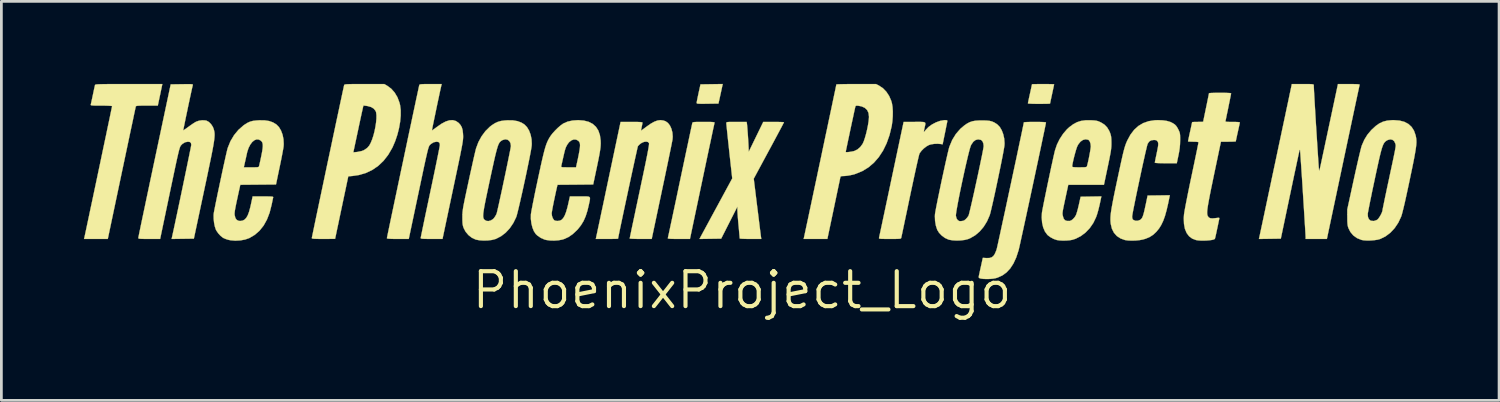
<source format=kicad_pcb>
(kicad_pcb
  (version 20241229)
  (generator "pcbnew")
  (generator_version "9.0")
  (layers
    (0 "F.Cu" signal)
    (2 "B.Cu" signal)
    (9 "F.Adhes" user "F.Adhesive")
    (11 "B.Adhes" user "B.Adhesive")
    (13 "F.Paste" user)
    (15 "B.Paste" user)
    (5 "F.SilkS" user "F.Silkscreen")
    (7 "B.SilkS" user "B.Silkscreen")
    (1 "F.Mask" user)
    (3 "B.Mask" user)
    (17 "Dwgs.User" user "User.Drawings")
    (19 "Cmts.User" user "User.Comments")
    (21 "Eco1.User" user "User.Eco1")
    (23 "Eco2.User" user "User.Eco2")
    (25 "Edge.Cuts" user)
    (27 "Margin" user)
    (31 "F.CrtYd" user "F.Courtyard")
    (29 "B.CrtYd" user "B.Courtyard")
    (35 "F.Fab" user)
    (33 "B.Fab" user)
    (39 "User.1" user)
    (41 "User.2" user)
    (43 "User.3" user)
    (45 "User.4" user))
  (footprint "PhoenixProject_Logo"
    (layer "F.Cu")
    (at 23.928 7.499)
    (property "Reference" "PhoenixProject_Logo" (at 0 0 0) (layer "F.SilkS") (effects (font (size 1.27 1.27) (thickness 0.15))))
    (attr through_hole)
    (fp_poly (pts (xy -0.752 -7.266) (xy -0.776 -7.156) (xy -0.8 -7.047) (xy -0.82 -6.953) (xy -0.83 -6.911) (xy -0.858 -6.784) (xy -1.255 -6.778) (xy -1.393 -6.776) (xy -1.496 -6.776) (xy -1.567 -6.778) (xy -1.612 -6.781) (xy -1.637 -6.788) (xy -1.648 -6.798) (xy -1.651 -6.81) (xy -1.646 -6.843) (xy -1.634 -6.909) (xy -1.616 -7) (xy -1.593 -7.108) (xy -1.581 -7.165) (xy -1.511 -7.482) (xy -1.107 -7.488) (xy -0.703 -7.494) (xy -0.752 -7.266)) (stroke (width 0.01) (type solid)) (fill yes) (layer "F.SilkS"))
    (fp_poly (pts (xy 11.068 -7.493) (xy 11.178 -7.491) (xy 11.265 -7.489) (xy 11.323 -7.487) (xy 11.345 -7.484) (xy 11.345 -7.484) (xy 11.341 -7.461) (xy 11.329 -7.404) (xy 11.311 -7.319) (xy 11.289 -7.215) (xy 11.271 -7.133) (xy 11.247 -7.019) (xy 11.225 -6.92) (xy 11.209 -6.843) (xy 11.199 -6.795) (xy 11.197 -6.783) (xy 11.177 -6.78) (xy 11.121 -6.777) (xy 11.036 -6.775) (xy 10.928 -6.774) (xy 10.803 -6.773) (xy 10.795 -6.773) (xy 10.67 -6.774) (xy 10.56 -6.776) (xy 10.474 -6.78) (xy 10.416 -6.784) (xy 10.393 -6.79) (xy 10.393 -6.79) (xy 10.397 -6.815) (xy 10.409 -6.875) (xy 10.427 -6.961) (xy 10.45 -7.066) (xy 10.467 -7.142) (xy 10.492 -7.255) (xy 10.513 -7.353) (xy 10.529 -7.429) (xy 10.539 -7.475) (xy 10.541 -7.485) (xy 10.561 -7.488) (xy 10.617 -7.49) (xy 10.702 -7.491) (xy 10.81 -7.493) (xy 10.935 -7.493) (xy 10.943 -7.493) (xy 11.068 -7.493)) (stroke (width 0.01) (type solid)) (fill yes) (layer "F.SilkS"))
    (fp_poly (pts (xy -1.248 -6.117) (xy -1.14 -6.115) (xy -1.066 -6.111) (xy -1.021 -6.105) (xy -1.001 -6.097) (xy -0.999 -6.091) (xy -1.005 -6.067) (xy -1.018 -6.004) (xy -1.04 -5.906) (xy -1.068 -5.774) (xy -1.102 -5.613) (xy -1.142 -5.423) (xy -1.188 -5.21) (xy -1.238 -4.974) (xy -1.292 -4.72) (xy -1.349 -4.449) (xy -1.409 -4.165) (xy -1.451 -3.964) (xy -1.894 -1.863) (xy -2.301 -1.863) (xy -2.448 -1.863) (xy -2.556 -1.865) (xy -2.631 -1.869) (xy -2.677 -1.874) (xy -2.697 -1.882) (xy -2.699 -1.889) (xy -2.693 -1.913) (xy -2.68 -1.976) (xy -2.658 -2.074) (xy -2.63 -2.205) (xy -2.596 -2.367) (xy -2.555 -2.556) (xy -2.51 -2.769) (xy -2.46 -3.004) (xy -2.406 -3.257) (xy -2.349 -3.527) (xy -2.29 -3.81) (xy -2.254 -3.979) (xy -2.193 -4.269) (xy -2.134 -4.547) (xy -2.078 -4.811) (xy -2.026 -5.058) (xy -1.977 -5.285) (xy -1.934 -5.489) (xy -1.896 -5.668) (xy -1.864 -5.818) (xy -1.838 -5.937) (xy -1.82 -6.022) (xy -1.809 -6.07) (xy -1.807 -6.08) (xy -1.8 -6.093) (xy -1.784 -6.103) (xy -1.752 -6.109) (xy -1.7 -6.114) (xy -1.621 -6.116) (xy -1.51 -6.117) (xy -1.393 -6.117) (xy -1.248 -6.117)) (stroke (width 0.01) (type solid)) (fill yes) (layer "F.SilkS"))
    (fp_poly (pts (xy 0.178 -6.048) (xy 0.183 -6.003) (xy 0.19 -5.924) (xy 0.198 -5.82) (xy 0.207 -5.699) (xy 0.216 -5.57) (xy 0.224 -5.441) (xy 0.231 -5.32) (xy 0.236 -5.217) (xy 0.239 -5.156) (xy 0.243 -5.031) (xy 0.507 -5.574) (xy 0.771 -6.117) (xy 1.147 -6.117) (xy 1.268 -6.116) (xy 1.373 -6.114) (xy 1.455 -6.111) (xy 1.508 -6.108) (xy 1.524 -6.104) (xy 1.514 -6.083) (xy 1.486 -6.029) (xy 1.442 -5.944) (xy 1.382 -5.832) (xy 1.31 -5.697) (xy 1.227 -5.542) (xy 1.135 -5.37) (xy 1.035 -5.184) (xy 0.974 -5.072) (xy 0.425 -4.053) (xy 0.55 -3.037) (xy 0.576 -2.832) (xy 0.6 -2.637) (xy 0.622 -2.457) (xy 0.642 -2.297) (xy 0.659 -2.161) (xy 0.673 -2.054) (xy 0.682 -1.979) (xy 0.687 -1.942) (xy 0.687 -1.942) (xy 0.699 -1.863) (xy 0.307 -1.863) (xy 0.184 -1.863) (xy 0.076 -1.866) (xy -0.009 -1.869) (xy -0.065 -1.874) (xy -0.085 -1.879) (xy -0.087 -1.903) (xy -0.092 -1.964) (xy -0.1 -2.054) (xy -0.11 -2.167) (xy -0.122 -2.297) (xy -0.127 -2.349) (xy -0.14 -2.492) (xy -0.151 -2.628) (xy -0.16 -2.748) (xy -0.166 -2.845) (xy -0.169 -2.911) (xy -0.169 -2.921) (xy -0.169 -3.037) (xy -0.464 -2.455) (xy -0.759 -1.873) (xy -1.547 -1.862) (xy -1.522 -1.91) (xy -1.508 -1.937) (xy -1.475 -1.998) (xy -1.426 -2.089) (xy -1.362 -2.207) (xy -1.286 -2.347) (xy -1.199 -2.508) (xy -1.104 -2.685) (xy -1.001 -2.874) (xy -0.927 -3.01) (xy -0.357 -4.063) (xy -0.465 -5.042) (xy -0.486 -5.243) (xy -0.507 -5.432) (xy -0.525 -5.604) (xy -0.541 -5.756) (xy -0.554 -5.883) (xy -0.564 -5.981) (xy -0.57 -6.045) (xy -0.572 -6.07) (xy -0.571 -6.087) (xy -0.564 -6.099) (xy -0.545 -6.108) (xy -0.509 -6.113) (xy -0.449 -6.116) (xy -0.36 -6.117) (xy -0.236 -6.117) (xy -0.202 -6.117) (xy 0.167 -6.117) (xy 0.178 -6.048)) (stroke (width 0.01) (type solid)) (fill yes) (layer "F.SilkS"))
    (fp_poly (pts (xy 7.435 -6.179) (xy 7.46 -6.169) (xy 7.463 -6.144) (xy 7.459 -6.122) (xy 7.451 -6.083) (xy 7.436 -6.011) (xy 7.416 -5.912) (xy 7.393 -5.796) (xy 7.37 -5.683) (xy 7.292 -5.302) (xy 7.228 -5.313) (xy 7.109 -5.323) (xy 6.983 -5.318) (xy 6.867 -5.3) (xy 6.79 -5.275) (xy 6.698 -5.223) (xy 6.605 -5.15) (xy 6.523 -5.067) (xy 6.462 -4.986) (xy 6.448 -4.958) (xy 6.438 -4.925) (xy 6.42 -4.853) (xy 6.395 -4.747) (xy 6.364 -4.611) (xy 6.327 -4.447) (xy 6.286 -4.259) (xy 6.241 -4.051) (xy 6.193 -3.827) (xy 6.142 -3.589) (xy 6.106 -3.418) (xy 6.055 -3.175) (xy 6.007 -2.943) (xy 5.961 -2.726) (xy 5.919 -2.527) (xy 5.882 -2.35) (xy 5.85 -2.198) (xy 5.824 -2.074) (xy 5.804 -1.983) (xy 5.792 -1.927) (xy 5.789 -1.91) (xy 5.784 -1.894) (xy 5.774 -1.882) (xy 5.754 -1.873) (xy 5.717 -1.868) (xy 5.658 -1.865) (xy 5.572 -1.863) (xy 5.452 -1.863) (xy 5.373 -1.863) (xy 5.233 -1.863) (xy 5.13 -1.864) (xy 5.058 -1.866) (xy 5.013 -1.871) (xy 4.988 -1.877) (xy 4.978 -1.887) (xy 4.979 -1.9) (xy 4.979 -1.9) (xy 4.985 -1.925) (xy 4.998 -1.989) (xy 5.02 -2.089) (xy 5.048 -2.222) (xy 5.083 -2.385) (xy 5.123 -2.575) (xy 5.169 -2.79) (xy 5.219 -3.026) (xy 5.273 -3.281) (xy 5.331 -3.552) (xy 5.391 -3.837) (xy 5.431 -4.027) (xy 5.874 -6.117) (xy 6.271 -6.117) (xy 6.413 -6.118) (xy 6.519 -6.117) (xy 6.592 -6.113) (xy 6.637 -6.101) (xy 6.66 -6.081) (xy 6.665 -6.047) (xy 6.657 -5.999) (xy 6.642 -5.932) (xy 6.636 -5.905) (xy 6.617 -5.818) (xy 6.609 -5.768) (xy 6.614 -5.753) (xy 6.633 -5.77) (xy 6.67 -5.816) (xy 6.681 -5.831) (xy 6.78 -5.933) (xy 6.908 -6.025) (xy 7.053 -6.101) (xy 7.203 -6.155) (xy 7.345 -6.18) (xy 7.378 -6.181) (xy 7.435 -6.179)) (stroke (width 0.01) (type solid)) (fill yes) (layer "F.SilkS"))
    (fp_poly (pts (xy 10.772 -6.116) (xy 10.881 -6.114) (xy 10.968 -6.11) (xy 11.026 -6.105) (xy 11.049 -6.099) (xy 11.049 -6.098) (xy 11.045 -6.071) (xy 11.032 -6.006) (xy 11.012 -5.906) (xy 10.985 -5.775) (xy 10.951 -5.615) (xy 10.912 -5.43) (xy 10.869 -5.223) (xy 10.821 -4.997) (xy 10.77 -4.756) (xy 10.716 -4.503) (xy 10.66 -4.241) (xy 10.603 -3.973) (xy 10.545 -3.703) (xy 10.487 -3.433) (xy 10.43 -3.168) (xy 10.374 -2.91) (xy 10.321 -2.663) (xy 10.27 -2.429) (xy 10.223 -2.212) (xy 10.18 -2.016) (xy 10.142 -1.843) (xy 10.11 -1.697) (xy 10.084 -1.581) (xy 10.065 -1.498) (xy 10.054 -1.452) (xy 10.053 -1.45) (xy 9.969 -1.192) (xy 9.868 -0.972) (xy 9.75 -0.79) (xy 9.614 -0.644) (xy 9.458 -0.532) (xy 9.283 -0.454) (xy 9.217 -0.435) (xy 9.126 -0.418) (xy 9.013 -0.408) (xy 8.892 -0.405) (xy 8.78 -0.409) (xy 8.689 -0.42) (xy 8.663 -0.426) (xy 8.617 -0.444) (xy 8.603 -0.469) (xy 8.607 -0.503) (xy 8.615 -0.544) (xy 8.631 -0.617) (xy 8.652 -0.714) (xy 8.676 -0.824) (xy 8.686 -0.868) (xy 8.753 -1.175) (xy 8.893 -1.167) (xy 8.994 -1.17) (xy 9.073 -1.193) (xy 9.136 -1.24) (xy 9.189 -1.318) (xy 9.237 -1.431) (xy 9.258 -1.492) (xy 9.265 -1.523) (xy 9.281 -1.591) (xy 9.304 -1.694) (xy 9.333 -1.828) (xy 9.369 -1.99) (xy 9.409 -2.177) (xy 9.454 -2.385) (xy 9.503 -2.611) (xy 9.556 -2.852) (xy 9.61 -3.105) (xy 9.666 -3.367) (xy 9.723 -3.633) (xy 9.781 -3.902) (xy 9.838 -4.17) (xy 9.894 -4.432) (xy 9.949 -4.687) (xy 10.001 -4.932) (xy 10.049 -5.161) (xy 10.094 -5.374) (xy 10.135 -5.565) (xy 10.17 -5.732) (xy 10.199 -5.873) (xy 10.222 -5.982) (xy 10.237 -6.058) (xy 10.244 -6.097) (xy 10.245 -6.101) (xy 10.265 -6.106) (xy 10.321 -6.11) (xy 10.406 -6.114) (xy 10.514 -6.116) (xy 10.638 -6.117) (xy 10.647 -6.117) (xy 10.772 -6.116)) (stroke (width 0.01) (type solid)) (fill yes) (layer "F.SilkS"))
    (fp_poly (pts (xy -21.086 -7.445) (xy -21.094 -7.409) (xy -21.108 -7.34) (xy -21.128 -7.245) (xy -21.151 -7.133) (xy -21.168 -7.054) (xy -21.241 -6.71) (xy -21.636 -6.71) (xy -21.775 -6.71) (xy -21.878 -6.708) (xy -21.95 -6.705) (xy -21.997 -6.701) (xy -22.024 -6.693) (xy -22.038 -6.683) (xy -22.042 -6.673) (xy -22.048 -6.648) (xy -22.062 -6.584) (xy -22.083 -6.484) (xy -22.112 -6.35) (xy -22.146 -6.185) (xy -22.187 -5.993) (xy -22.234 -5.774) (xy -22.285 -5.533) (xy -22.34 -5.271) (xy -22.399 -4.992) (xy -22.461 -4.698) (xy -22.526 -4.391) (xy -22.556 -4.249) (xy -23.059 -1.863) (xy -23.923 -1.863) (xy -23.911 -1.91) (xy -23.904 -1.942) (xy -23.889 -2.01) (xy -23.867 -2.113) (xy -23.838 -2.248) (xy -23.804 -2.41) (xy -23.764 -2.597) (xy -23.72 -2.806) (xy -23.672 -3.034) (xy -23.62 -3.276) (xy -23.566 -3.532) (xy -23.51 -3.796) (xy -23.453 -4.066) (xy -23.396 -4.338) (xy -23.338 -4.611) (xy -23.282 -4.879) (xy -23.227 -5.141) (xy -23.174 -5.393) (xy -23.123 -5.632) (xy -23.077 -5.855) (xy -23.034 -6.058) (xy -22.996 -6.238) (xy -22.964 -6.393) (xy -22.938 -6.519) (xy -22.918 -6.613) (xy -22.906 -6.671) (xy -22.902 -6.691) (xy -22.922 -6.697) (xy -22.978 -6.702) (xy -23.063 -6.706) (xy -23.171 -6.709) (xy -23.294 -6.71) (xy -23.295 -6.71) (xy -23.433 -6.71) (xy -23.535 -6.711) (xy -23.604 -6.714) (xy -23.648 -6.718) (xy -23.671 -6.725) (xy -23.679 -6.735) (xy -23.678 -6.747) (xy -23.67 -6.78) (xy -23.656 -6.846) (xy -23.636 -6.937) (xy -23.613 -7.045) (xy -23.601 -7.101) (xy -23.577 -7.215) (xy -23.556 -7.315) (xy -23.538 -7.394) (xy -23.527 -7.445) (xy -23.524 -7.456) (xy -23.52 -7.464) (xy -23.51 -7.47) (xy -23.49 -7.476) (xy -23.459 -7.481) (xy -23.411 -7.484) (xy -23.345 -7.487) (xy -23.257 -7.489) (xy -23.144 -7.491) (xy -23.002 -7.492) (xy -22.828 -7.493) (xy -22.62 -7.493) (xy -22.373 -7.493) (xy -22.295 -7.493) (xy -21.077 -7.493) (xy -21.086 -7.445)) (stroke (width 0.01) (type solid)) (fill yes) (layer "F.SilkS"))
    (fp_poly (pts (xy -13.73 -7.493) (xy -13.007 -7.493) (xy -12.901 -7.432) (xy -12.754 -7.324) (xy -12.629 -7.182) (xy -12.528 -7.012) (xy -12.455 -6.817) (xy -12.433 -6.729) (xy -12.41 -6.55) (xy -12.41 -6.344) (xy -12.431 -6.12) (xy -12.472 -5.886) (xy -12.532 -5.65) (xy -12.609 -5.421) (xy -12.701 -5.206) (xy -12.716 -5.175) (xy -12.864 -4.921) (xy -13.035 -4.702) (xy -13.229 -4.518) (xy -13.444 -4.37) (xy -13.68 -4.259) (xy -13.935 -4.185) (xy -14.159 -4.152) (xy -14.316 -4.138) (xy -14.555 -3.006) (xy -14.6 -2.793) (xy -14.642 -2.594) (xy -14.68 -2.41) (xy -14.715 -2.248) (xy -14.744 -2.109) (xy -14.767 -1.998) (xy -14.784 -1.919) (xy -14.793 -1.876) (xy -14.795 -1.868) (xy -14.815 -1.866) (xy -14.871 -1.865) (xy -14.957 -1.864) (xy -15.067 -1.863) (xy -15.193 -1.863) (xy -15.219 -1.863) (xy -15.366 -1.863) (xy -15.476 -1.865) (xy -15.554 -1.868) (xy -15.604 -1.873) (xy -15.632 -1.88) (xy -15.642 -1.89) (xy -15.642 -1.892) (xy -15.638 -1.916) (xy -15.625 -1.978) (xy -15.605 -2.075) (xy -15.578 -2.205) (xy -15.545 -2.365) (xy -15.506 -2.551) (xy -15.462 -2.761) (xy -15.413 -2.992) (xy -15.361 -3.241) (xy -15.305 -3.505) (xy -15.247 -3.781) (xy -15.187 -4.066) (xy -15.126 -4.357) (xy -15.064 -4.651) (xy -15.001 -4.945) (xy -14.987 -5.011) (xy -14.133 -5.011) (xy -13.993 -5.024) (xy -13.835 -5.056) (xy -13.739 -5.095) (xy -13.627 -5.172) (xy -13.554 -5.256) (xy -13.5 -5.354) (xy -13.449 -5.478) (xy -13.402 -5.621) (xy -13.362 -5.776) (xy -13.33 -5.936) (xy -13.306 -6.092) (xy -13.293 -6.237) (xy -13.292 -6.363) (xy -13.304 -6.463) (xy -13.322 -6.514) (xy -13.387 -6.597) (xy -13.484 -6.657) (xy -13.616 -6.694) (xy -13.621 -6.695) (xy -13.692 -6.705) (xy -13.744 -6.71) (xy -13.766 -6.709) (xy -13.772 -6.687) (xy -13.786 -6.628) (xy -13.806 -6.536) (xy -13.833 -6.416) (xy -13.864 -6.272) (xy -13.899 -6.109) (xy -13.937 -5.931) (xy -13.953 -5.855) (xy -14.133 -5.011) (xy -14.987 -5.011) (xy -14.939 -5.237) (xy -14.879 -5.523) (xy -14.82 -5.8) (xy -14.764 -6.066) (xy -14.71 -6.318) (xy -14.66 -6.552) (xy -14.615 -6.765) (xy -14.574 -6.956) (xy -14.539 -7.12) (xy -14.51 -7.255) (xy -14.487 -7.358) (xy -14.473 -7.426) (xy -14.466 -7.455) (xy -14.465 -7.456) (xy -14.46 -7.466) (xy -14.447 -7.474) (xy -14.423 -7.48) (xy -14.383 -7.485) (xy -14.324 -7.488) (xy -14.24 -7.491) (xy -14.129 -7.492) (xy -13.984 -7.493) (xy -13.804 -7.493) (xy -13.73 -7.493)) (stroke (width 0.01) (type solid)) (fill yes) (layer "F.SilkS"))
    (fp_poly (pts (xy 4.978 -7.438) (xy 5.12 -7.344) (xy 5.245 -7.215) (xy 5.348 -7.059) (xy 5.424 -6.883) (xy 5.45 -6.789) (xy 5.471 -6.658) (xy 5.481 -6.499) (xy 5.479 -6.325) (xy 5.466 -6.148) (xy 5.443 -5.981) (xy 5.44 -5.963) (xy 5.361 -5.637) (xy 5.255 -5.339) (xy 5.125 -5.072) (xy 4.97 -4.836) (xy 4.793 -4.633) (xy 4.593 -4.463) (xy 4.371 -4.328) (xy 4.13 -4.229) (xy 3.952 -4.182) (xy 3.857 -4.165) (xy 3.762 -4.153) (xy 3.687 -4.149) (xy 3.686 -4.149) (xy 3.623 -4.146) (xy 3.59 -4.136) (xy 3.575 -4.112) (xy 3.573 -4.101) (xy 3.566 -4.072) (xy 3.553 -4.005) (xy 3.532 -3.905) (xy 3.504 -3.775) (xy 3.472 -3.621) (xy 3.435 -3.445) (xy 3.394 -3.252) (xy 3.351 -3.045) (xy 3.333 -2.958) (xy 3.102 -1.863) (xy 2.239 -1.863) (xy 2.251 -1.91) (xy 2.257 -1.941) (xy 2.272 -2.01) (xy 2.294 -2.113) (xy 2.323 -2.248) (xy 2.358 -2.413) (xy 2.399 -2.603) (xy 2.444 -2.817) (xy 2.494 -3.051) (xy 2.547 -3.302) (xy 2.603 -3.568) (xy 2.662 -3.845) (xy 2.723 -4.131) (xy 2.784 -4.423) (xy 2.847 -4.717) (xy 2.909 -5.01) (xy 2.911 -5.023) (xy 3.768 -5.023) (xy 3.787 -5.017) (xy 3.835 -5.018) (xy 3.903 -5.025) (xy 3.978 -5.037) (xy 4.049 -5.051) (xy 4.082 -5.06) (xy 4.193 -5.114) (xy 4.295 -5.201) (xy 4.379 -5.313) (xy 4.387 -5.329) (xy 4.428 -5.42) (xy 4.469 -5.543) (xy 4.51 -5.687) (xy 4.547 -5.842) (xy 4.578 -5.998) (xy 4.601 -6.144) (xy 4.613 -6.269) (xy 4.614 -6.314) (xy 4.597 -6.445) (xy 4.547 -6.55) (xy 4.463 -6.629) (xy 4.347 -6.681) (xy 4.238 -6.703) (xy 4.174 -6.708) (xy 4.139 -6.703) (xy 4.123 -6.684) (xy 4.12 -6.675) (xy 4.113 -6.647) (xy 4.099 -6.584) (xy 4.078 -6.49) (xy 4.053 -6.373) (xy 4.024 -6.236) (xy 3.991 -6.086) (xy 3.957 -5.927) (xy 3.923 -5.767) (xy 3.89 -5.608) (xy 3.858 -5.459) (xy 3.829 -5.322) (xy 3.805 -5.205) (xy 3.785 -5.113) (xy 3.773 -5.05) (xy 3.768 -5.023) (xy 3.768 -5.023) (xy 2.911 -5.023) (xy 2.97 -5.301) (xy 3.03 -5.586) (xy 3.089 -5.861) (xy 3.144 -6.125) (xy 3.197 -6.374) (xy 3.246 -6.605) (xy 3.29 -6.815) (xy 3.329 -7.002) (xy 3.363 -7.162) (xy 3.391 -7.293) (xy 3.411 -7.391) (xy 3.424 -7.454) (xy 3.429 -7.478) (xy 3.429 -7.479) (xy 3.449 -7.482) (xy 3.507 -7.485) (xy 3.598 -7.488) (xy 3.716 -7.49) (xy 3.857 -7.492) (xy 4.016 -7.493) (xy 4.149 -7.493) (xy 4.87 -7.493) (xy 4.978 -7.438)) (stroke (width 0.01) (type solid)) (fill yes) (layer "F.SilkS"))
    (fp_poly (pts (xy -20.048 -7.489) (xy -20.002 -7.486) (xy -19.977 -7.48) (xy -19.967 -7.471) (xy -19.968 -7.458) (xy -19.968 -7.456) (xy -19.977 -7.422) (xy -19.993 -7.353) (xy -20.015 -7.255) (xy -20.041 -7.134) (xy -20.071 -6.996) (xy -20.103 -6.845) (xy -20.137 -6.686) (xy -20.17 -6.526) (xy -20.203 -6.37) (xy -20.234 -6.223) (xy -20.261 -6.09) (xy -20.284 -5.977) (xy -20.302 -5.889) (xy -20.313 -5.831) (xy -20.316 -5.81) (xy -20.316 -5.81) (xy -20.297 -5.819) (xy -20.252 -5.849) (xy -20.187 -5.895) (xy -20.117 -5.946) (xy -20.03 -6.008) (xy -19.947 -6.065) (xy -19.877 -6.108) (xy -19.842 -6.127) (xy -19.741 -6.161) (xy -19.626 -6.177) (xy -19.518 -6.172) (xy -19.467 -6.161) (xy -19.383 -6.114) (xy -19.305 -6.036) (xy -19.241 -5.939) (xy -19.21 -5.861) (xy -19.198 -5.817) (xy -19.188 -5.775) (xy -19.181 -5.731) (xy -19.177 -5.682) (xy -19.177 -5.625) (xy -19.181 -5.559) (xy -19.189 -5.479) (xy -19.202 -5.383) (xy -19.221 -5.269) (xy -19.245 -5.134) (xy -19.276 -4.974) (xy -19.313 -4.788) (xy -19.358 -4.572) (xy -19.41 -4.323) (xy -19.469 -4.04) (xy -19.538 -3.718) (xy -19.554 -3.641) (xy -19.93 -1.873) (xy -20.739 -1.862) (xy -20.721 -1.942) (xy -20.696 -2.058) (xy -20.664 -2.202) (xy -20.628 -2.37) (xy -20.588 -2.559) (xy -20.544 -2.764) (xy -20.498 -2.983) (xy -20.45 -3.21) (xy -20.401 -3.443) (xy -20.352 -3.677) (xy -20.304 -3.909) (xy -20.257 -4.136) (xy -20.212 -4.352) (xy -20.17 -4.555) (xy -20.132 -4.741) (xy -20.098 -4.906) (xy -20.07 -5.046) (xy -20.047 -5.157) (xy -20.032 -5.236) (xy -20.024 -5.279) (xy -20.024 -5.286) (xy -20.036 -5.351) (xy -20.077 -5.387) (xy -20.145 -5.397) (xy -20.25 -5.377) (xy -20.347 -5.316) (xy -20.396 -5.266) (xy -20.408 -5.251) (xy -20.419 -5.233) (xy -20.43 -5.208) (xy -20.443 -5.174) (xy -20.457 -5.128) (xy -20.474 -5.067) (xy -20.493 -4.989) (xy -20.516 -4.89) (xy -20.544 -4.768) (xy -20.576 -4.621) (xy -20.614 -4.444) (xy -20.658 -4.236) (xy -20.709 -3.994) (xy -20.768 -3.715) (xy -20.807 -3.529) (xy -21.156 -1.863) (xy -21.553 -1.863) (xy -21.692 -1.863) (xy -21.794 -1.864) (xy -21.866 -1.867) (xy -21.911 -1.871) (xy -21.937 -1.878) (xy -21.947 -1.888) (xy -21.949 -1.9) (xy -21.945 -1.925) (xy -21.932 -1.988) (xy -21.912 -2.089) (xy -21.884 -2.223) (xy -21.85 -2.389) (xy -21.809 -2.585) (xy -21.762 -2.807) (xy -21.71 -3.053) (xy -21.654 -3.321) (xy -21.593 -3.609) (xy -21.529 -3.914) (xy -21.461 -4.233) (xy -21.391 -4.565) (xy -21.36 -4.71) (xy -20.772 -7.482) (xy -20.364 -7.488) (xy -20.224 -7.49) (xy -20.12 -7.49) (xy -20.048 -7.489)) (stroke (width 0.01) (type solid)) (fill yes) (layer "F.SilkS"))
    (fp_poly (pts (xy -2.86 -6.168) (xy -2.778 -6.139) (xy -2.693 -6.078) (xy -2.621 -5.984) (xy -2.567 -5.865) (xy -2.532 -5.728) (xy -2.521 -5.582) (xy -2.527 -5.492) (xy -2.533 -5.455) (xy -2.548 -5.379) (xy -2.569 -5.269) (xy -2.598 -5.127) (xy -2.633 -4.957) (xy -2.673 -4.763) (xy -2.718 -4.547) (xy -2.767 -4.313) (xy -2.819 -4.064) (xy -2.874 -3.803) (xy -2.9 -3.681) (xy -2.955 -3.418) (xy -3.009 -3.166) (xy -3.059 -2.928) (xy -3.106 -2.707) (xy -3.148 -2.508) (xy -3.185 -2.332) (xy -3.217 -2.183) (xy -3.242 -2.064) (xy -3.26 -1.979) (xy -3.27 -1.93) (xy -3.272 -1.921) (xy -3.284 -1.863) (xy -3.685 -1.863) (xy -3.81 -1.863) (xy -3.919 -1.866) (xy -4.005 -1.869) (xy -4.063 -1.873) (xy -4.085 -1.878) (xy -4.085 -1.878) (xy -4.081 -1.9) (xy -4.068 -1.961) (xy -4.048 -2.057) (xy -4.022 -2.186) (xy -3.989 -2.343) (xy -3.95 -2.526) (xy -3.906 -2.732) (xy -3.859 -2.958) (xy -3.807 -3.2) (xy -3.753 -3.457) (xy -3.723 -3.596) (xy -3.657 -3.911) (xy -3.598 -4.187) (xy -3.548 -4.427) (xy -3.505 -4.633) (xy -3.47 -4.807) (xy -3.441 -4.952) (xy -3.419 -5.07) (xy -3.402 -5.164) (xy -3.39 -5.236) (xy -3.384 -5.288) (xy -3.381 -5.323) (xy -3.383 -5.344) (xy -3.384 -5.348) (xy -3.423 -5.387) (xy -3.486 -5.401) (xy -3.563 -5.391) (xy -3.645 -5.356) (xy -3.679 -5.335) (xy -3.734 -5.29) (xy -3.776 -5.246) (xy -3.788 -5.23) (xy -3.794 -5.206) (xy -3.809 -5.144) (xy -3.83 -5.048) (xy -3.858 -4.922) (xy -3.892 -4.77) (xy -3.93 -4.596) (xy -3.972 -4.403) (xy -4.017 -4.196) (xy -4.064 -3.977) (xy -4.113 -3.751) (xy -4.162 -3.522) (xy -4.211 -3.293) (xy -4.259 -3.069) (xy -4.305 -2.853) (xy -4.348 -2.649) (xy -4.388 -2.46) (xy -4.424 -2.291) (xy -4.454 -2.145) (xy -4.478 -2.026) (xy -4.496 -1.939) (xy -4.506 -1.886) (xy -4.508 -1.871) (xy -4.529 -1.869) (xy -4.585 -1.866) (xy -4.67 -1.864) (xy -4.778 -1.863) (xy -4.903 -1.863) (xy -4.913 -1.863) (xy -5.317 -1.863) (xy -5.306 -1.91) (xy -5.301 -1.937) (xy -5.287 -2.003) (xy -5.265 -2.104) (xy -5.237 -2.238) (xy -5.202 -2.402) (xy -5.161 -2.594) (xy -5.116 -2.809) (xy -5.065 -3.046) (xy -5.011 -3.302) (xy -4.954 -3.574) (xy -4.894 -3.858) (xy -4.856 -4.038) (xy -4.416 -6.117) (xy -4.018 -6.117) (xy -3.871 -6.117) (xy -3.763 -6.114) (xy -3.688 -6.11) (xy -3.643 -6.104) (xy -3.622 -6.096) (xy -3.62 -6.091) (xy -3.625 -6.057) (xy -3.636 -5.996) (xy -3.649 -5.932) (xy -3.663 -5.864) (xy -3.671 -5.816) (xy -3.671 -5.8) (xy -3.653 -5.812) (xy -3.608 -5.844) (xy -3.544 -5.892) (xy -3.478 -5.941) (xy -3.325 -6.049) (xy -3.191 -6.124) (xy -3.073 -6.168) (xy -2.964 -6.182) (xy -2.86 -6.168)) (stroke (width 0.01) (type solid)) (fill yes) (layer "F.SilkS"))
    (fp_poly (pts (xy 20.526 -7.493) (xy 20.629 -7.492) (xy 20.7 -7.489) (xy 20.746 -7.484) (xy 20.772 -7.477) (xy 20.783 -7.468) (xy 20.785 -7.456) (xy 20.786 -7.419) (xy 20.789 -7.345) (xy 20.794 -7.238) (xy 20.802 -7.103) (xy 20.811 -6.944) (xy 20.821 -6.764) (xy 20.833 -6.568) (xy 20.845 -6.359) (xy 20.858 -6.142) (xy 20.872 -5.92) (xy 20.886 -5.698) (xy 20.9 -5.48) (xy 20.913 -5.269) (xy 20.926 -5.071) (xy 20.938 -4.887) (xy 20.949 -4.724) (xy 20.958 -4.584) (xy 20.966 -4.472) (xy 20.973 -4.392) (xy 20.977 -4.347) (xy 20.978 -4.339) (xy 20.988 -4.358) (xy 21.004 -4.41) (xy 21.022 -4.485) (xy 21.033 -4.535) (xy 21.045 -4.59) (xy 21.065 -4.682) (xy 21.091 -4.807) (xy 21.124 -4.961) (xy 21.163 -5.141) (xy 21.205 -5.341) (xy 21.252 -5.559) (xy 21.301 -5.79) (xy 21.352 -6.029) (xy 21.37 -6.112) (xy 21.664 -7.493) (xy 22.063 -7.493) (xy 22.208 -7.492) (xy 22.315 -7.49) (xy 22.388 -7.487) (xy 22.432 -7.481) (xy 22.451 -7.473) (xy 22.453 -7.467) (xy 22.447 -7.443) (xy 22.433 -7.38) (xy 22.412 -7.281) (xy 22.383 -7.148) (xy 22.348 -6.983) (xy 22.306 -6.789) (xy 22.259 -6.567) (xy 22.207 -6.322) (xy 22.15 -6.054) (xy 22.089 -5.766) (xy 22.024 -5.462) (xy 21.956 -5.142) (xy 21.886 -4.811) (xy 21.852 -4.651) (xy 21.262 -1.863) (xy 20.489 -1.863) (xy 20.49 -1.91) (xy 20.488 -1.945) (xy 20.485 -2.017) (xy 20.479 -2.122) (xy 20.471 -2.255) (xy 20.461 -2.414) (xy 20.45 -2.594) (xy 20.438 -2.79) (xy 20.425 -3) (xy 20.411 -3.219) (xy 20.397 -3.443) (xy 20.383 -3.668) (xy 20.369 -3.89) (xy 20.355 -4.105) (xy 20.341 -4.309) (xy 20.329 -4.498) (xy 20.317 -4.669) (xy 20.307 -4.817) (xy 20.299 -4.937) (xy 20.292 -5.027) (xy 20.288 -5.083) (xy 20.286 -5.099) (xy 20.27 -5.099) (xy 20.265 -5.078) (xy 20.252 -5.018) (xy 20.231 -4.923) (xy 20.204 -4.796) (xy 20.17 -4.64) (xy 20.132 -4.459) (xy 20.088 -4.256) (xy 20.041 -4.033) (xy 19.991 -3.794) (xy 19.938 -3.542) (xy 19.925 -3.482) (xy 19.587 -1.873) (xy 19.189 -1.867) (xy 18.791 -1.862) (xy 18.803 -1.91) (xy 18.808 -1.935) (xy 18.822 -1.999) (xy 18.843 -2.098) (xy 18.871 -2.23) (xy 18.906 -2.392) (xy 18.946 -2.58) (xy 18.991 -2.791) (xy 19.04 -3.023) (xy 19.093 -3.273) (xy 19.149 -3.538) (xy 19.208 -3.814) (xy 19.268 -4.099) (xy 19.33 -4.39) (xy 19.393 -4.684) (xy 19.455 -4.977) (xy 19.516 -5.268) (xy 19.577 -5.552) (xy 19.635 -5.828) (xy 19.691 -6.091) (xy 19.744 -6.339) (xy 19.792 -6.569) (xy 19.837 -6.779) (xy 19.876 -6.964) (xy 19.909 -7.123) (xy 19.937 -7.252) (xy 19.957 -7.348) (xy 19.97 -7.408) (xy 19.974 -7.428) (xy 19.987 -7.493) (xy 20.386 -7.493) (xy 20.526 -7.493)) (stroke (width 0.01) (type solid)) (fill yes) (layer "F.SilkS"))
    (fp_poly (pts (xy 23.903 -6.165) (xy 24.078 -6.12) (xy 24.224 -6.043) (xy 24.341 -5.936) (xy 24.429 -5.798) (xy 24.488 -5.63) (xy 24.491 -5.615) (xy 24.503 -5.557) (xy 24.512 -5.499) (xy 24.516 -5.438) (xy 24.517 -5.369) (xy 24.512 -5.289) (xy 24.501 -5.195) (xy 24.485 -5.083) (xy 24.462 -4.949) (xy 24.433 -4.79) (xy 24.396 -4.603) (xy 24.351 -4.382) (xy 24.297 -4.126) (xy 24.271 -4) (xy 24.204 -3.686) (xy 24.145 -3.414) (xy 24.094 -3.183) (xy 24.049 -2.994) (xy 24.012 -2.845) (xy 23.983 -2.737) (xy 23.962 -2.674) (xy 23.857 -2.451) (xy 23.725 -2.255) (xy 23.57 -2.089) (xy 23.394 -1.956) (xy 23.201 -1.861) (xy 23.107 -1.835) (xy 22.986 -1.817) (xy 22.852 -1.806) (xy 22.719 -1.804) (xy 22.601 -1.812) (xy 22.52 -1.827) (xy 22.356 -1.893) (xy 22.221 -1.991) (xy 22.115 -2.118) (xy 22.051 -2.244) (xy 22.031 -2.299) (xy 22.018 -2.355) (xy 22.01 -2.423) (xy 22.005 -2.511) (xy 22.004 -2.631) (xy 22.004 -2.646) (xy 22.003 -2.762) (xy 22.746 -2.762) (xy 22.756 -2.658) (xy 22.79 -2.579) (xy 22.846 -2.531) (xy 22.868 -2.523) (xy 22.97 -2.514) (xy 23.066 -2.546) (xy 23.101 -2.567) (xy 23.139 -2.608) (xy 23.184 -2.674) (xy 23.228 -2.751) (xy 23.263 -2.827) (xy 23.282 -2.888) (xy 23.283 -2.902) (xy 23.288 -2.929) (xy 23.3 -2.993) (xy 23.32 -3.091) (xy 23.346 -3.218) (xy 23.377 -3.37) (xy 23.414 -3.544) (xy 23.454 -3.735) (xy 23.498 -3.939) (xy 23.514 -4.014) (xy 23.568 -4.269) (xy 23.615 -4.486) (xy 23.654 -4.669) (xy 23.686 -4.82) (xy 23.711 -4.943) (xy 23.731 -5.041) (xy 23.745 -5.117) (xy 23.755 -5.176) (xy 23.761 -5.219) (xy 23.763 -5.251) (xy 23.763 -5.274) (xy 23.76 -5.293) (xy 23.756 -5.31) (xy 23.751 -5.328) (xy 23.749 -5.333) (xy 23.709 -5.416) (xy 23.646 -5.467) (xy 23.567 -5.482) (xy 23.479 -5.461) (xy 23.429 -5.434) (xy 23.398 -5.412) (xy 23.371 -5.386) (xy 23.345 -5.354) (xy 23.32 -5.312) (xy 23.296 -5.257) (xy 23.27 -5.186) (xy 23.243 -5.095) (xy 23.213 -4.982) (xy 23.179 -4.843) (xy 23.141 -4.675) (xy 23.097 -4.475) (xy 23.046 -4.24) (xy 22.995 -4) (xy 22.949 -3.783) (xy 22.905 -3.576) (xy 22.866 -3.383) (xy 22.83 -3.209) (xy 22.8 -3.058) (xy 22.776 -2.933) (xy 22.758 -2.839) (xy 22.748 -2.779) (xy 22.746 -2.762) (xy 22.003 -2.762) (xy 22.003 -2.932) (xy 22.241 -4.026) (xy 22.288 -4.24) (xy 22.334 -4.446) (xy 22.378 -4.639) (xy 22.418 -4.814) (xy 22.455 -4.968) (xy 22.486 -5.095) (xy 22.511 -5.192) (xy 22.529 -5.252) (xy 22.533 -5.264) (xy 22.624 -5.471) (xy 22.734 -5.65) (xy 22.87 -5.813) (xy 22.901 -5.844) (xy 23.04 -5.971) (xy 23.172 -6.064) (xy 23.307 -6.127) (xy 23.455 -6.164) (xy 23.627 -6.18) (xy 23.698 -6.181) (xy 23.903 -6.165)) (stroke (width 0.01) (type solid)) (fill yes) (layer "F.SilkS"))
    (fp_poly (pts (xy 8.878 -6.167) (xy 8.993 -6.156) (xy 9.086 -6.133) (xy 9.169 -6.097) (xy 9.252 -6.045) (xy 9.286 -6.02) (xy 9.371 -5.932) (xy 9.442 -5.811) (xy 9.496 -5.668) (xy 9.531 -5.509) (xy 9.543 -5.344) (xy 9.54 -5.273) (xy 9.533 -5.216) (xy 9.517 -5.123) (xy 9.495 -4.998) (xy 9.466 -4.847) (xy 9.432 -4.674) (xy 9.394 -4.485) (xy 9.352 -4.284) (xy 9.309 -4.076) (xy 9.265 -3.867) (xy 9.221 -3.66) (xy 9.178 -3.461) (xy 9.137 -3.276) (xy 9.099 -3.108) (xy 9.065 -2.963) (xy 9.037 -2.846) (xy 9.015 -2.762) (xy 9.002 -2.721) (xy 8.906 -2.501) (xy 8.784 -2.304) (xy 8.639 -2.133) (xy 8.475 -1.994) (xy 8.296 -1.89) (xy 8.219 -1.858) (xy 8.098 -1.827) (xy 7.954 -1.809) (xy 7.801 -1.803) (xy 7.654 -1.812) (xy 7.528 -1.833) (xy 7.5 -1.842) (xy 7.376 -1.899) (xy 7.26 -1.984) (xy 7.163 -2.085) (xy 7.096 -2.194) (xy 7.095 -2.196) (xy 7.046 -2.347) (xy 7.017 -2.518) (xy 7.01 -2.694) (xy 7.012 -2.716) (xy 7.773 -2.716) (xy 7.774 -2.704) (xy 7.797 -2.61) (xy 7.842 -2.544) (xy 7.905 -2.509) (xy 7.976 -2.511) (xy 8.024 -2.519) (xy 8.033 -2.519) (xy 8.075 -2.535) (xy 8.129 -2.577) (xy 8.183 -2.635) (xy 8.227 -2.697) (xy 8.234 -2.709) (xy 8.245 -2.743) (xy 8.264 -2.814) (xy 8.289 -2.917) (xy 8.32 -3.048) (xy 8.356 -3.202) (xy 8.395 -3.375) (xy 8.437 -3.561) (xy 8.48 -3.758) (xy 8.524 -3.959) (xy 8.568 -4.16) (xy 8.61 -4.358) (xy 8.65 -4.547) (xy 8.686 -4.722) (xy 8.719 -4.879) (xy 8.746 -5.014) (xy 8.766 -5.122) (xy 8.779 -5.198) (xy 8.784 -5.238) (xy 8.784 -5.239) (xy 8.773 -5.332) (xy 8.743 -5.408) (xy 8.698 -5.456) (xy 8.685 -5.463) (xy 8.584 -5.482) (xy 8.492 -5.46) (xy 8.409 -5.398) (xy 8.337 -5.294) (xy 8.322 -5.265) (xy 8.303 -5.214) (xy 8.277 -5.128) (xy 8.246 -5.01) (xy 8.21 -4.866) (xy 8.171 -4.7) (xy 8.128 -4.516) (xy 8.084 -4.32) (xy 8.04 -4.117) (xy 7.995 -3.91) (xy 7.952 -3.705) (xy 7.911 -3.507) (xy 7.874 -3.32) (xy 7.841 -3.148) (xy 7.814 -2.997) (xy 7.792 -2.872) (xy 7.779 -2.777) (xy 7.773 -2.716) (xy 7.012 -2.716) (xy 7.013 -2.75) (xy 7.02 -2.803) (xy 7.036 -2.892) (xy 7.058 -3.012) (xy 7.087 -3.159) (xy 7.121 -3.328) (xy 7.159 -3.512) (xy 7.2 -3.709) (xy 7.242 -3.912) (xy 7.286 -4.117) (xy 7.33 -4.319) (xy 7.372 -4.512) (xy 7.412 -4.692) (xy 7.449 -4.854) (xy 7.481 -4.993) (xy 7.508 -5.104) (xy 7.528 -5.183) (xy 7.537 -5.213) (xy 7.64 -5.46) (xy 7.773 -5.677) (xy 7.935 -5.864) (xy 8.077 -5.985) (xy 8.179 -6.056) (xy 8.274 -6.106) (xy 8.373 -6.14) (xy 8.486 -6.16) (xy 8.625 -6.169) (xy 8.731 -6.17) (xy 8.878 -6.167)) (stroke (width 0.01) (type solid)) (fill yes) (layer "F.SilkS"))
    (fp_poly (pts (xy 15.298 -6.174) (xy 15.447 -6.152) (xy 15.572 -6.115) (xy 15.669 -6.066) (xy 15.733 -6.023) (xy 15.781 -5.975) (xy 15.825 -5.909) (xy 15.854 -5.855) (xy 15.885 -5.792) (xy 15.906 -5.741) (xy 15.918 -5.692) (xy 15.925 -5.632) (xy 15.927 -5.552) (xy 15.927 -5.453) (xy 15.923 -5.306) (xy 15.911 -5.169) (xy 15.889 -5.024) (xy 15.866 -4.905) (xy 15.805 -4.614) (xy 15.406 -4.614) (xy 15.255 -4.615) (xy 15.138 -4.619) (xy 15.056 -4.624) (xy 15.013 -4.631) (xy 15.007 -4.636) (xy 15.011 -4.663) (xy 15.023 -4.724) (xy 15.04 -4.81) (xy 15.062 -4.914) (xy 15.071 -4.956) (xy 15.099 -5.094) (xy 15.119 -5.198) (xy 15.129 -5.273) (xy 15.131 -5.327) (xy 15.125 -5.367) (xy 15.111 -5.398) (xy 15.101 -5.414) (xy 15.068 -5.446) (xy 15.017 -5.459) (xy 14.973 -5.461) (xy 14.874 -5.447) (xy 14.801 -5.403) (xy 14.748 -5.324) (xy 14.745 -5.318) (xy 14.733 -5.28) (xy 14.714 -5.206) (xy 14.689 -5.1) (xy 14.657 -4.965) (xy 14.622 -4.807) (xy 14.582 -4.63) (xy 14.54 -4.439) (xy 14.497 -4.238) (xy 14.453 -4.032) (xy 14.409 -3.825) (xy 14.366 -3.621) (xy 14.325 -3.426) (xy 14.288 -3.244) (xy 14.255 -3.079) (xy 14.226 -2.936) (xy 14.204 -2.819) (xy 14.189 -2.733) (xy 14.182 -2.683) (xy 14.182 -2.675) (xy 14.188 -2.608) (xy 14.212 -2.566) (xy 14.229 -2.552) (xy 14.305 -2.522) (xy 14.392 -2.524) (xy 14.474 -2.556) (xy 14.495 -2.572) (xy 14.522 -2.599) (xy 14.546 -2.634) (xy 14.568 -2.683) (xy 14.591 -2.751) (xy 14.616 -2.844) (xy 14.644 -2.967) (xy 14.678 -3.124) (xy 14.687 -3.164) (xy 14.744 -3.44) (xy 15.148 -3.445) (xy 15.553 -3.451) (xy 15.492 -3.157) (xy 15.435 -2.91) (xy 15.376 -2.699) (xy 15.312 -2.521) (xy 15.24 -2.37) (xy 15.159 -2.24) (xy 15.067 -2.128) (xy 15.067 -2.127) (xy 14.949 -2.016) (xy 14.823 -1.934) (xy 14.677 -1.872) (xy 14.571 -1.841) (xy 14.453 -1.819) (xy 14.315 -1.805) (xy 14.171 -1.801) (xy 14.037 -1.806) (xy 13.929 -1.821) (xy 13.922 -1.822) (xy 13.76 -1.88) (xy 13.626 -1.968) (xy 13.521 -2.086) (xy 13.447 -2.233) (xy 13.405 -2.407) (xy 13.401 -2.44) (xy 13.395 -2.507) (xy 13.393 -2.577) (xy 13.395 -2.652) (xy 13.401 -2.737) (xy 13.413 -2.837) (xy 13.431 -2.953) (xy 13.455 -3.092) (xy 13.486 -3.256) (xy 13.524 -3.449) (xy 13.571 -3.676) (xy 13.627 -3.939) (xy 13.631 -3.959) (xy 13.687 -4.221) (xy 13.735 -4.444) (xy 13.776 -4.634) (xy 13.812 -4.794) (xy 13.842 -4.927) (xy 13.869 -5.037) (xy 13.893 -5.129) (xy 13.915 -5.205) (xy 13.936 -5.269) (xy 13.956 -5.326) (xy 13.978 -5.378) (xy 14.001 -5.431) (xy 14.003 -5.436) (xy 14.12 -5.652) (xy 14.255 -5.83) (xy 14.41 -5.97) (xy 14.586 -6.075) (xy 14.783 -6.143) (xy 15.004 -6.177) (xy 15.118 -6.181) (xy 15.298 -6.174)) (stroke (width 0.01) (type solid)) (fill yes) (layer "F.SilkS"))
    (fp_poly (pts (xy -17.359 -6.174) (xy -17.194 -6.149) (xy -17.052 -6.099) (xy -16.928 -6.023) (xy -16.928 -6.023) (xy -16.836 -5.928) (xy -16.761 -5.802) (xy -16.705 -5.652) (xy -16.672 -5.487) (xy -16.663 -5.314) (xy -16.668 -5.229) (xy -16.676 -5.173) (xy -16.692 -5.082) (xy -16.714 -4.963) (xy -16.741 -4.822) (xy -16.772 -4.667) (xy -16.806 -4.503) (xy -16.814 -4.466) (xy -16.944 -3.842) (xy -18.242 -3.831) (xy -18.264 -3.73) (xy -18.312 -3.512) (xy -18.351 -3.331) (xy -18.383 -3.184) (xy -18.407 -3.065) (xy -18.425 -2.971) (xy -18.438 -2.899) (xy -18.445 -2.843) (xy -18.449 -2.8) (xy -18.45 -2.766) (xy -18.447 -2.736) (xy -18.446 -2.725) (xy -18.419 -2.621) (xy -18.371 -2.554) (xy -18.301 -2.52) (xy -18.246 -2.515) (xy -18.161 -2.527) (xy -18.089 -2.563) (xy -18.027 -2.626) (xy -17.972 -2.72) (xy -17.924 -2.848) (xy -17.879 -3.013) (xy -17.86 -3.097) (xy -17.793 -3.408) (xy -17.415 -3.408) (xy -17.279 -3.408) (xy -17.181 -3.406) (xy -17.114 -3.404) (xy -17.073 -3.399) (xy -17.052 -3.392) (xy -17.045 -3.381) (xy -17.047 -3.371) (xy -17.055 -3.336) (xy -17.069 -3.269) (xy -17.087 -3.182) (xy -17.104 -3.101) (xy -17.176 -2.817) (xy -17.273 -2.566) (xy -17.395 -2.347) (xy -17.542 -2.163) (xy -17.713 -2.013) (xy -17.908 -1.897) (xy -17.919 -1.892) (xy -18.069 -1.84) (xy -18.242 -1.809) (xy -18.423 -1.799) (xy -18.597 -1.814) (xy -18.688 -1.833) (xy -18.768 -1.859) (xy -18.842 -1.89) (xy -18.872 -1.906) (xy -18.961 -1.977) (xy -19.048 -2.072) (xy -19.116 -2.173) (xy -19.134 -2.211) (xy -19.169 -2.319) (xy -19.195 -2.451) (xy -19.21 -2.592) (xy -19.212 -2.724) (xy -19.209 -2.771) (xy -19.202 -2.82) (xy -19.186 -2.905) (xy -19.163 -3.022) (xy -19.135 -3.165) (xy -19.101 -3.33) (xy -19.064 -3.511) (xy -19.023 -3.703) (xy -18.981 -3.903) (xy -18.938 -4.104) (xy -18.896 -4.302) (xy -18.86 -4.466) (xy -18.114 -4.466) (xy -17.842 -4.466) (xy -17.73 -4.466) (xy -17.654 -4.468) (xy -17.605 -4.472) (xy -17.578 -4.481) (xy -17.565 -4.494) (xy -17.559 -4.513) (xy -17.558 -4.514) (xy -17.511 -4.723) (xy -17.475 -4.896) (xy -17.448 -5.036) (xy -17.431 -5.147) (xy -17.424 -5.234) (xy -17.426 -5.301) (xy -17.436 -5.353) (xy -17.455 -5.392) (xy -17.483 -5.424) (xy -17.492 -5.433) (xy -17.569 -5.476) (xy -17.65 -5.481) (xy -17.73 -5.45) (xy -17.808 -5.386) (xy -17.879 -5.292) (xy -17.941 -5.171) (xy -17.989 -5.027) (xy -18 -4.978) (xy -18.023 -4.873) (xy -18.05 -4.752) (xy -18.075 -4.642) (xy -18.075 -4.641) (xy -18.114 -4.466) (xy -18.86 -4.466) (xy -18.855 -4.492) (xy -18.816 -4.668) (xy -18.781 -4.827) (xy -18.75 -4.963) (xy -18.725 -5.07) (xy -18.706 -5.145) (xy -18.697 -5.175) (xy -18.599 -5.417) (xy -18.468 -5.636) (xy -18.309 -5.829) (xy -18.124 -5.991) (xy -18.076 -6.024) (xy -17.978 -6.085) (xy -17.884 -6.127) (xy -17.782 -6.154) (xy -17.66 -6.169) (xy -17.554 -6.176) (xy -17.359 -6.174)) (stroke (width 0.01) (type solid)) (fill yes) (layer "F.SilkS"))
    (fp_poly (pts (xy -8.328 -6.173) (xy -8.16 -6.144) (xy -8.016 -6.089) (xy -7.911 -6.023) (xy -7.819 -5.928) (xy -7.743 -5.802) (xy -7.687 -5.652) (xy -7.653 -5.488) (xy -7.645 -5.318) (xy -7.649 -5.251) (xy -7.658 -5.185) (xy -7.675 -5.083) (xy -7.7 -4.951) (xy -7.73 -4.794) (xy -7.766 -4.617) (xy -7.806 -4.424) (xy -7.848 -4.221) (xy -7.893 -4.011) (xy -7.939 -3.8) (xy -7.984 -3.593) (xy -8.029 -3.395) (xy -8.071 -3.21) (xy -8.11 -3.043) (xy -8.145 -2.898) (xy -8.174 -2.782) (xy -8.197 -2.698) (xy -8.211 -2.656) (xy -8.314 -2.444) (xy -8.442 -2.254) (xy -8.592 -2.092) (xy -8.76 -1.962) (xy -8.94 -1.869) (xy -8.969 -1.858) (xy -9.092 -1.826) (xy -9.239 -1.808) (xy -9.394 -1.803) (xy -9.543 -1.813) (xy -9.67 -1.836) (xy -9.691 -1.843) (xy -9.826 -1.907) (xy -9.949 -2.004) (xy -10.051 -2.125) (xy -10.119 -2.254) (xy -10.141 -2.316) (xy -10.155 -2.376) (xy -10.163 -2.445) (xy -10.167 -2.535) (xy -10.168 -2.646) (xy -10.168 -2.681) (xy -9.412 -2.681) (xy -9.407 -2.64) (xy -9.398 -2.608) (xy -9.384 -2.583) (xy -9.368 -2.563) (xy -9.304 -2.521) (xy -9.224 -2.511) (xy -9.139 -2.532) (xy -9.058 -2.581) (xy -9.023 -2.615) (xy -8.974 -2.684) (xy -8.933 -2.759) (xy -8.924 -2.781) (xy -8.913 -2.821) (xy -8.895 -2.896) (xy -8.87 -3.004) (xy -8.84 -3.137) (xy -8.806 -3.294) (xy -8.768 -3.467) (xy -8.727 -3.654) (xy -8.686 -3.849) (xy -8.644 -4.047) (xy -8.602 -4.245) (xy -8.562 -4.438) (xy -8.524 -4.62) (xy -8.49 -4.787) (xy -8.46 -4.936) (xy -8.435 -5.06) (xy -8.417 -5.156) (xy -8.406 -5.219) (xy -8.403 -5.242) (xy -8.419 -5.346) (xy -8.463 -5.424) (xy -8.528 -5.471) (xy -8.61 -5.484) (xy -8.702 -5.459) (xy -8.734 -5.442) (xy -8.763 -5.422) (xy -8.789 -5.4) (xy -8.814 -5.372) (xy -8.837 -5.334) (xy -8.861 -5.284) (xy -8.885 -5.218) (xy -8.91 -5.134) (xy -8.939 -5.028) (xy -8.972 -4.896) (xy -9.009 -4.737) (xy -9.051 -4.545) (xy -9.101 -4.32) (xy -9.158 -4.056) (xy -9.167 -4.014) (xy -9.225 -3.743) (xy -9.274 -3.51) (xy -9.316 -3.312) (xy -9.349 -3.146) (xy -9.375 -3.008) (xy -9.393 -2.896) (xy -9.406 -2.806) (xy -9.412 -2.736) (xy -9.412 -2.681) (xy -10.168 -2.681) (xy -10.167 -2.707) (xy -10.166 -2.763) (xy -10.163 -2.818) (xy -10.157 -2.877) (xy -10.148 -2.944) (xy -10.136 -3.023) (xy -10.118 -3.118) (xy -10.095 -3.234) (xy -10.066 -3.375) (xy -10.03 -3.545) (xy -9.986 -3.749) (xy -9.941 -3.958) (xy -9.896 -4.168) (xy -9.851 -4.37) (xy -9.809 -4.559) (xy -9.771 -4.731) (xy -9.737 -4.88) (xy -9.708 -5.003) (xy -9.686 -5.094) (xy -9.672 -5.15) (xy -9.671 -5.154) (xy -9.585 -5.383) (xy -9.469 -5.596) (xy -9.328 -5.785) (xy -9.166 -5.944) (xy -9.094 -5.999) (xy -8.984 -6.07) (xy -8.878 -6.119) (xy -8.765 -6.151) (xy -8.631 -6.169) (xy -8.526 -6.176) (xy -8.328 -6.173)) (stroke (width 0.01) (type solid)) (fill yes) (layer "F.SilkS"))
    (fp_poly (pts (xy -10.932 -7.445) (xy -10.948 -7.375) (xy -10.97 -7.276) (xy -10.997 -7.154) (xy -11.026 -7.014) (xy -11.059 -6.862) (xy -11.093 -6.702) (xy -11.126 -6.541) (xy -11.159 -6.383) (xy -11.19 -6.234) (xy -11.218 -6.099) (xy -11.242 -5.984) (xy -11.26 -5.893) (xy -11.271 -5.833) (xy -11.275 -5.808) (xy -11.275 -5.807) (xy -11.257 -5.816) (xy -11.212 -5.847) (xy -11.15 -5.892) (xy -11.1 -5.93) (xy -10.929 -6.049) (xy -10.775 -6.131) (xy -10.637 -6.175) (xy -10.513 -6.181) (xy -10.402 -6.149) (xy -10.303 -6.081) (xy -10.301 -6.079) (xy -10.235 -6.004) (xy -10.189 -5.921) (xy -10.16 -5.819) (xy -10.145 -5.688) (xy -10.143 -5.645) (xy -10.141 -5.607) (xy -10.141 -5.571) (xy -10.142 -5.533) (xy -10.145 -5.491) (xy -10.15 -5.441) (xy -10.159 -5.381) (xy -10.171 -5.307) (xy -10.187 -5.218) (xy -10.208 -5.109) (xy -10.234 -4.978) (xy -10.265 -4.823) (xy -10.303 -4.64) (xy -10.348 -4.427) (xy -10.4 -4.18) (xy -10.46 -3.897) (xy -10.512 -3.65) (xy -10.89 -1.863) (xy -11.287 -1.863) (xy -11.429 -1.863) (xy -11.533 -1.865) (xy -11.606 -1.868) (xy -11.652 -1.873) (xy -11.676 -1.881) (xy -11.684 -1.891) (xy -11.684 -1.893) (xy -11.68 -1.918) (xy -11.667 -1.981) (xy -11.647 -2.08) (xy -11.62 -2.21) (xy -11.587 -2.369) (xy -11.549 -2.553) (xy -11.506 -2.759) (xy -11.458 -2.985) (xy -11.407 -3.226) (xy -11.353 -3.481) (xy -11.335 -3.568) (xy -11.28 -3.826) (xy -11.228 -4.074) (xy -11.179 -4.308) (xy -11.134 -4.525) (xy -11.094 -4.72) (xy -11.059 -4.892) (xy -11.03 -5.037) (xy -11.008 -5.151) (xy -10.993 -5.231) (xy -10.986 -5.274) (xy -10.986 -5.279) (xy -10.997 -5.348) (xy -11.035 -5.386) (xy -11.105 -5.397) (xy -11.107 -5.397) (xy -11.21 -5.377) (xy -11.309 -5.316) (xy -11.351 -5.276) (xy -11.362 -5.263) (xy -11.373 -5.246) (xy -11.384 -5.221) (xy -11.397 -5.187) (xy -11.411 -5.14) (xy -11.428 -5.078) (xy -11.448 -4.997) (xy -11.471 -4.896) (xy -11.5 -4.772) (xy -11.533 -4.621) (xy -11.572 -4.441) (xy -11.617 -4.229) (xy -11.669 -3.983) (xy -11.729 -3.699) (xy -11.763 -3.539) (xy -12.117 -1.863) (xy -12.514 -1.863) (xy -12.661 -1.863) (xy -12.769 -1.866) (xy -12.844 -1.87) (xy -12.889 -1.876) (xy -12.91 -1.884) (xy -12.912 -1.889) (xy -12.907 -1.912) (xy -12.895 -1.974) (xy -12.875 -2.071) (xy -12.848 -2.201) (xy -12.815 -2.36) (xy -12.776 -2.546) (xy -12.732 -2.756) (xy -12.683 -2.987) (xy -12.631 -3.235) (xy -12.575 -3.499) (xy -12.517 -3.775) (xy -12.457 -4.059) (xy -12.396 -4.35) (xy -12.333 -4.644) (xy -12.271 -4.939) (xy -12.209 -5.23) (xy -12.149 -5.517) (xy -12.09 -5.794) (xy -12.033 -6.06) (xy -11.98 -6.312) (xy -11.93 -6.547) (xy -11.884 -6.761) (xy -11.844 -6.952) (xy -11.808 -7.116) (xy -11.779 -7.252) (xy -11.757 -7.356) (xy -11.742 -7.424) (xy -11.735 -7.455) (xy -11.735 -7.456) (xy -11.727 -7.469) (xy -11.711 -7.478) (xy -11.679 -7.485) (xy -11.627 -7.489) (xy -11.548 -7.492) (xy -11.437 -7.493) (xy -11.322 -7.493) (xy -10.921 -7.493) (xy -10.932 -7.445)) (stroke (width 0.01) (type solid)) (fill yes) (layer "F.SilkS"))
    (fp_poly (pts (xy 12.701 -6.176) (xy 12.806 -6.17) (xy 12.882 -6.16) (xy 12.945 -6.143) (xy 13.009 -6.116) (xy 13.055 -6.094) (xy 13.178 -6.016) (xy 13.273 -5.918) (xy 13.348 -5.793) (xy 13.379 -5.721) (xy 13.402 -5.652) (xy 13.417 -5.582) (xy 13.425 -5.496) (xy 13.428 -5.383) (xy 13.428 -5.366) (xy 13.428 -5.296) (xy 13.426 -5.229) (xy 13.42 -5.161) (xy 13.411 -5.084) (xy 13.396 -4.993) (xy 13.375 -4.881) (xy 13.348 -4.743) (xy 13.313 -4.573) (xy 13.294 -4.482) (xy 13.157 -3.831) (xy 11.86 -3.831) (xy 11.763 -3.381) (xy 11.727 -3.212) (xy 11.699 -3.08) (xy 11.678 -2.977) (xy 11.663 -2.9) (xy 11.655 -2.843) (xy 11.651 -2.8) (xy 11.651 -2.766) (xy 11.655 -2.736) (xy 11.662 -2.703) (xy 11.665 -2.69) (xy 11.693 -2.6) (xy 11.738 -2.544) (xy 11.806 -2.518) (xy 11.905 -2.515) (xy 11.91 -2.516) (xy 11.969 -2.537) (xy 12.035 -2.588) (xy 12.097 -2.658) (xy 12.133 -2.717) (xy 12.155 -2.77) (xy 12.181 -2.854) (xy 12.21 -2.959) (xy 12.237 -3.073) (xy 12.244 -3.101) (xy 12.309 -3.397) (xy 12.686 -3.403) (xy 13.063 -3.409) (xy 13.049 -3.34) (xy 13 -3.108) (xy 12.953 -2.915) (xy 12.908 -2.759) (xy 12.871 -2.654) (xy 12.771 -2.444) (xy 12.642 -2.257) (xy 12.489 -2.096) (xy 12.317 -1.966) (xy 12.129 -1.87) (xy 12.008 -1.831) (xy 11.912 -1.814) (xy 11.792 -1.804) (xy 11.663 -1.802) (xy 11.543 -1.808) (xy 11.448 -1.822) (xy 11.446 -1.822) (xy 11.332 -1.861) (xy 11.217 -1.922) (xy 11.121 -1.992) (xy 11.098 -2.014) (xy 11.011 -2.133) (xy 10.947 -2.283) (xy 10.908 -2.456) (xy 10.894 -2.648) (xy 10.902 -2.808) (xy 10.909 -2.857) (xy 10.925 -2.941) (xy 10.947 -3.057) (xy 10.975 -3.199) (xy 11.008 -3.362) (xy 11.045 -3.542) (xy 11.084 -3.732) (xy 11.125 -3.929) (xy 11.167 -4.126) (xy 11.208 -4.32) (xy 11.245 -4.494) (xy 12.002 -4.494) (xy 12.011 -4.482) (xy 12.045 -4.473) (xy 12.107 -4.469) (xy 12.204 -4.466) (xy 12.265 -4.466) (xy 12.376 -4.467) (xy 12.451 -4.469) (xy 12.499 -4.475) (xy 12.525 -4.484) (xy 12.537 -4.498) (xy 12.539 -4.503) (xy 12.559 -4.578) (xy 12.582 -4.677) (xy 12.607 -4.792) (xy 12.63 -4.911) (xy 12.651 -5.025) (xy 12.667 -5.124) (xy 12.677 -5.199) (xy 12.679 -5.229) (xy 12.669 -5.325) (xy 12.642 -5.405) (xy 12.603 -5.457) (xy 12.583 -5.469) (xy 12.487 -5.485) (xy 12.393 -5.461) (xy 12.305 -5.4) (xy 12.228 -5.305) (xy 12.194 -5.244) (xy 12.17 -5.185) (xy 12.141 -5.096) (xy 12.11 -4.987) (xy 12.078 -4.869) (xy 12.049 -4.751) (xy 12.025 -4.643) (xy 12.008 -4.555) (xy 12.002 -4.497) (xy 12.002 -4.494) (xy 11.245 -4.494) (xy 11.248 -4.505) (xy 11.285 -4.675) (xy 11.318 -4.827) (xy 11.347 -4.954) (xy 11.37 -5.053) (xy 11.38 -5.091) (xy 11.449 -5.294) (xy 11.548 -5.495) (xy 11.671 -5.683) (xy 11.811 -5.847) (xy 11.896 -5.925) (xy 12.038 -6.031) (xy 12.177 -6.106) (xy 12.323 -6.153) (xy 12.487 -6.176) (xy 12.678 -6.177) (xy 12.701 -6.176)) (stroke (width 0.01) (type solid)) (fill yes) (layer "F.SilkS"))
    (fp_poly (pts (xy -5.752 -6.165) (xy -5.576 -6.12) (xy -5.429 -6.044) (xy -5.312 -5.938) (xy -5.225 -5.802) (xy -5.168 -5.636) (xy -5.141 -5.44) (xy -5.138 -5.334) (xy -5.141 -5.264) (xy -5.147 -5.188) (xy -5.159 -5.099) (xy -5.176 -4.991) (xy -5.2 -4.86) (xy -5.232 -4.699) (xy -5.273 -4.503) (xy -5.276 -4.487) (xy -5.412 -3.842) (xy -6.061 -3.836) (xy -6.709 -3.831) (xy -6.721 -3.783) (xy -6.75 -3.658) (xy -6.78 -3.52) (xy -6.811 -3.376) (xy -6.841 -3.234) (xy -6.868 -3.1) (xy -6.891 -2.981) (xy -6.908 -2.884) (xy -6.919 -2.816) (xy -6.921 -2.789) (xy -6.91 -2.697) (xy -6.879 -2.612) (xy -6.836 -2.549) (xy -6.83 -2.543) (xy -6.776 -2.521) (xy -6.702 -2.516) (xy -6.625 -2.528) (xy -6.563 -2.556) (xy -6.503 -2.618) (xy -6.448 -2.711) (xy -6.398 -2.839) (xy -6.35 -3.005) (xy -6.325 -3.11) (xy -6.258 -3.408) (xy -5.891 -3.408) (xy -5.754 -3.409) (xy -5.654 -3.408) (xy -5.586 -3.402) (xy -5.546 -3.385) (xy -5.529 -3.354) (xy -5.53 -3.305) (xy -5.543 -3.232) (xy -5.565 -3.132) (xy -5.567 -3.119) (xy -5.622 -2.886) (xy -5.686 -2.687) (xy -5.761 -2.516) (xy -5.853 -2.364) (xy -5.963 -2.224) (xy -6.004 -2.18) (xy -6.157 -2.037) (xy -6.309 -1.932) (xy -6.467 -1.86) (xy -6.539 -1.838) (xy -6.677 -1.813) (xy -6.83 -1.802) (xy -6.983 -1.806) (xy -7.12 -1.825) (xy -7.181 -1.84) (xy -7.32 -1.902) (xy -7.444 -1.988) (xy -7.5 -2.042) (xy -7.567 -2.142) (xy -7.62 -2.273) (xy -7.658 -2.425) (xy -7.678 -2.587) (xy -7.677 -2.75) (xy -7.677 -2.75) (xy -7.67 -2.801) (xy -7.655 -2.89) (xy -7.632 -3.01) (xy -7.604 -3.158) (xy -7.569 -3.33) (xy -7.531 -3.521) (xy -7.488 -3.725) (xy -7.442 -3.94) (xy -7.422 -4.036) (xy -7.364 -4.304) (xy -7.322 -4.494) (xy -6.576 -4.494) (xy -6.571 -4.481) (xy -6.551 -4.473) (xy -6.51 -4.468) (xy -6.441 -4.467) (xy -6.337 -4.466) (xy -6.31 -4.466) (xy -6.036 -4.466) (xy -6.012 -4.577) (xy -5.968 -4.778) (xy -5.935 -4.941) (xy -5.911 -5.073) (xy -5.896 -5.176) (xy -5.89 -5.256) (xy -5.893 -5.317) (xy -5.904 -5.363) (xy -5.924 -5.399) (xy -5.951 -5.428) (xy -5.958 -5.434) (xy -6.034 -5.474) (xy -6.119 -5.478) (xy -6.205 -5.446) (xy -6.286 -5.382) (xy -6.34 -5.313) (xy -6.371 -5.26) (xy -6.397 -5.211) (xy -6.419 -5.156) (xy -6.44 -5.088) (xy -6.463 -4.997) (xy -6.491 -4.876) (xy -6.5 -4.837) (xy -6.524 -4.73) (xy -6.545 -4.635) (xy -6.562 -4.561) (xy -6.572 -4.517) (xy -6.573 -4.514) (xy -6.576 -4.494) (xy -7.322 -4.494) (xy -7.314 -4.534) (xy -7.27 -4.73) (xy -7.231 -4.896) (xy -7.196 -5.036) (xy -7.164 -5.153) (xy -7.134 -5.25) (xy -7.105 -5.333) (xy -7.075 -5.404) (xy -7.044 -5.468) (xy -7.011 -5.528) (xy -6.974 -5.587) (xy -6.957 -5.613) (xy -6.888 -5.703) (xy -6.798 -5.802) (xy -6.698 -5.901) (xy -6.597 -5.988) (xy -6.508 -6.053) (xy -6.494 -6.061) (xy -6.344 -6.127) (xy -6.162 -6.167) (xy -5.958 -6.181) (xy -5.752 -6.165)) (stroke (width 0.01) (type solid)) (fill yes) (layer "F.SilkS"))
    (fp_poly (pts (xy 17.506 -7.175) (xy 17.616 -7.172) (xy 17.703 -7.168) (xy 17.759 -7.163) (xy 17.78 -7.156) (xy 17.78 -7.156) (xy 17.776 -7.132) (xy 17.765 -7.074) (xy 17.748 -6.988) (xy 17.727 -6.882) (xy 17.702 -6.762) (xy 17.677 -6.637) (xy 17.652 -6.512) (xy 17.627 -6.396) (xy 17.606 -6.294) (xy 17.59 -6.215) (xy 17.579 -6.165) (xy 17.575 -6.145) (xy 17.58 -6.132) (xy 17.601 -6.124) (xy 17.643 -6.119) (xy 17.714 -6.117) (xy 17.819 -6.117) (xy 17.833 -6.117) (xy 17.933 -6.116) (xy 18.016 -6.112) (xy 18.073 -6.107) (xy 18.097 -6.1) (xy 18.098 -6.1) (xy 18.093 -6.074) (xy 18.081 -6.014) (xy 18.062 -5.928) (xy 18.039 -5.823) (xy 18.023 -5.751) (xy 17.998 -5.639) (xy 17.977 -5.541) (xy 17.961 -5.465) (xy 17.951 -5.42) (xy 17.949 -5.409) (xy 17.929 -5.405) (xy 17.875 -5.401) (xy 17.795 -5.399) (xy 17.695 -5.398) (xy 17.679 -5.397) (xy 17.41 -5.397) (xy 17.157 -4.192) (xy 17.1 -3.914) (xy 17.05 -3.675) (xy 17.009 -3.47) (xy 16.976 -3.297) (xy 16.95 -3.154) (xy 16.93 -3.036) (xy 16.917 -2.94) (xy 16.91 -2.864) (xy 16.909 -2.805) (xy 16.912 -2.758) (xy 16.92 -2.722) (xy 16.933 -2.693) (xy 16.942 -2.678) (xy 16.978 -2.637) (xy 17.028 -2.615) (xy 17.099 -2.609) (xy 17.201 -2.618) (xy 17.217 -2.62) (xy 17.292 -2.629) (xy 17.334 -2.631) (xy 17.351 -2.624) (xy 17.352 -2.605) (xy 17.349 -2.595) (xy 17.342 -2.56) (xy 17.327 -2.491) (xy 17.308 -2.397) (xy 17.285 -2.287) (xy 17.27 -2.218) (xy 17.246 -2.104) (xy 17.224 -2.004) (xy 17.206 -1.926) (xy 17.193 -1.876) (xy 17.188 -1.864) (xy 17.155 -1.844) (xy 17.089 -1.827) (xy 16.998 -1.814) (xy 16.892 -1.805) (xy 16.779 -1.801) (xy 16.669 -1.803) (xy 16.57 -1.811) (xy 16.504 -1.822) (xy 16.365 -1.875) (xy 16.251 -1.961) (xy 16.163 -2.079) (xy 16.101 -2.228) (xy 16.067 -2.407) (xy 16.059 -2.616) (xy 16.067 -2.744) (xy 16.075 -2.8) (xy 16.09 -2.893) (xy 16.113 -3.018) (xy 16.142 -3.171) (xy 16.177 -3.348) (xy 16.216 -3.544) (xy 16.259 -3.755) (xy 16.305 -3.977) (xy 16.34 -4.141) (xy 16.386 -4.361) (xy 16.43 -4.569) (xy 16.47 -4.761) (xy 16.506 -4.934) (xy 16.537 -5.083) (xy 16.562 -5.206) (xy 16.58 -5.297) (xy 16.592 -5.354) (xy 16.595 -5.373) (xy 16.576 -5.386) (xy 16.519 -5.394) (xy 16.422 -5.397) (xy 16.404 -5.397) (xy 16.32 -5.399) (xy 16.255 -5.402) (xy 16.218 -5.407) (xy 16.214 -5.41) (xy 16.218 -5.433) (xy 16.23 -5.491) (xy 16.248 -5.576) (xy 16.27 -5.681) (xy 16.288 -5.76) (xy 16.313 -5.874) (xy 16.334 -5.973) (xy 16.35 -6.049) (xy 16.36 -6.096) (xy 16.362 -6.108) (xy 16.381 -6.112) (xy 16.434 -6.115) (xy 16.511 -6.117) (xy 16.563 -6.117) (xy 16.649 -6.118) (xy 16.717 -6.119) (xy 16.757 -6.122) (xy 16.764 -6.123) (xy 16.768 -6.145) (xy 16.78 -6.202) (xy 16.798 -6.289) (xy 16.821 -6.401) (xy 16.848 -6.531) (xy 16.87 -6.636) (xy 16.899 -6.777) (xy 16.925 -6.904) (xy 16.947 -7.012) (xy 16.964 -7.094) (xy 16.973 -7.145) (xy 16.976 -7.159) (xy 16.996 -7.164) (xy 17.052 -7.169) (xy 17.137 -7.172) (xy 17.245 -7.175) (xy 17.369 -7.175) (xy 17.378 -7.176) (xy 17.506 -7.175)) (stroke (width 0.01) (type solid)) (fill yes) (layer "F.SilkS")))
  (gr_rect
    (start -3 -3)
    (end 51.45 11.505)
    (stroke (width 0.1) (type default))
    (fill no)
    (layer "Edge.Cuts")))
</source>
